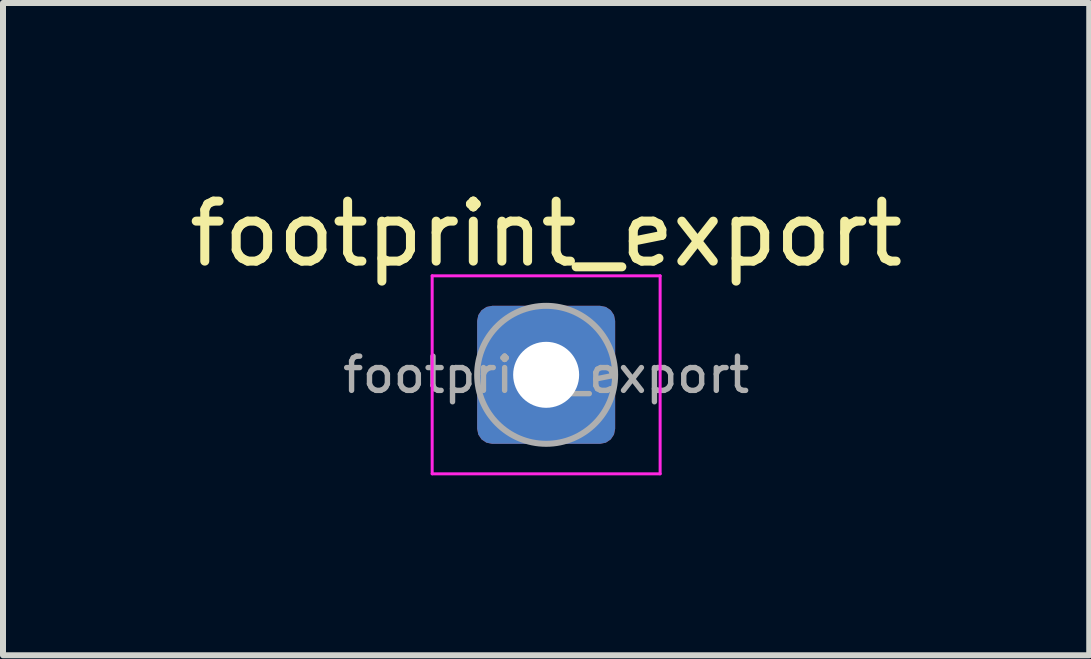
<source format=kicad_pcb>
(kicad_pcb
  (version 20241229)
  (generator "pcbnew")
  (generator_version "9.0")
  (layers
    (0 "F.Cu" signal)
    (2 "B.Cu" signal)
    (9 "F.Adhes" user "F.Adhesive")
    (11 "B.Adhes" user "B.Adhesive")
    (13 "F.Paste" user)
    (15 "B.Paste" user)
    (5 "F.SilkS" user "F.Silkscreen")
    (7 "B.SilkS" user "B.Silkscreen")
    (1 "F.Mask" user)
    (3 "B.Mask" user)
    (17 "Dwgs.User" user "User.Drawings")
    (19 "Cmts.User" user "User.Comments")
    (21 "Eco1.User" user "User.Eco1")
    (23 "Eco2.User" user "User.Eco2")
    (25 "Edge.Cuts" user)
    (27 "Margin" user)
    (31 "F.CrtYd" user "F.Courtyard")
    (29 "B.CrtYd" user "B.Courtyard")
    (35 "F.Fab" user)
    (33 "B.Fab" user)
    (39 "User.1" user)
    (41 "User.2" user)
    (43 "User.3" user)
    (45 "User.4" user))
  (footprint "footprint_export"
    (layer "F.Cu")
    (at 6.054 3.198)
    (property "Reference" "footprint_export" (at 0 -2.35 0) (layer "F.SilkS") (effects (font (size 1 1) (thickness 0.15))))
    (attr exclude_from_pos_files exclude_from_bom)
    (fp_line (start -1.9 -1.65) (end -1.9 1.65) (stroke (width 0.05) (type solid)) (layer "F.CrtYd"))
    (fp_line (start -1.9 1.65) (end 1.9 1.65) (stroke (width 0.05) (type solid)) (layer "F.CrtYd"))
    (fp_line (start 1.9 -1.65) (end -1.9 -1.65) (stroke (width 0.05) (type solid)) (layer "F.CrtYd"))
    (fp_line (start 1.9 1.65) (end 1.9 -1.65) (stroke (width 0.05) (type solid)) (layer "F.CrtYd"))
    (fp_circle (center 0 0) (end 1.15 0) (stroke (width 0.1) (type solid)) (fill no) (layer "F.Fab"))
    (fp_text user "${REFERENCE}" (at 0 0 0) (layer "F.Fab") (effects (font (size 0.57 0.57) (thickness 0.09))))
    (pad "1" thru_hole roundrect (at 0 0) (size 2.3 2.3) (drill 1.1) (layers "*.Cu" "*.Mask") (roundrect_rratio 0.109)))
  (gr_rect
    (start -3 -3)
    (end 15.107 7.873)
    (stroke (width 0.1) (type default))
    (fill no)
    (layer "Edge.Cuts")))
</source>
